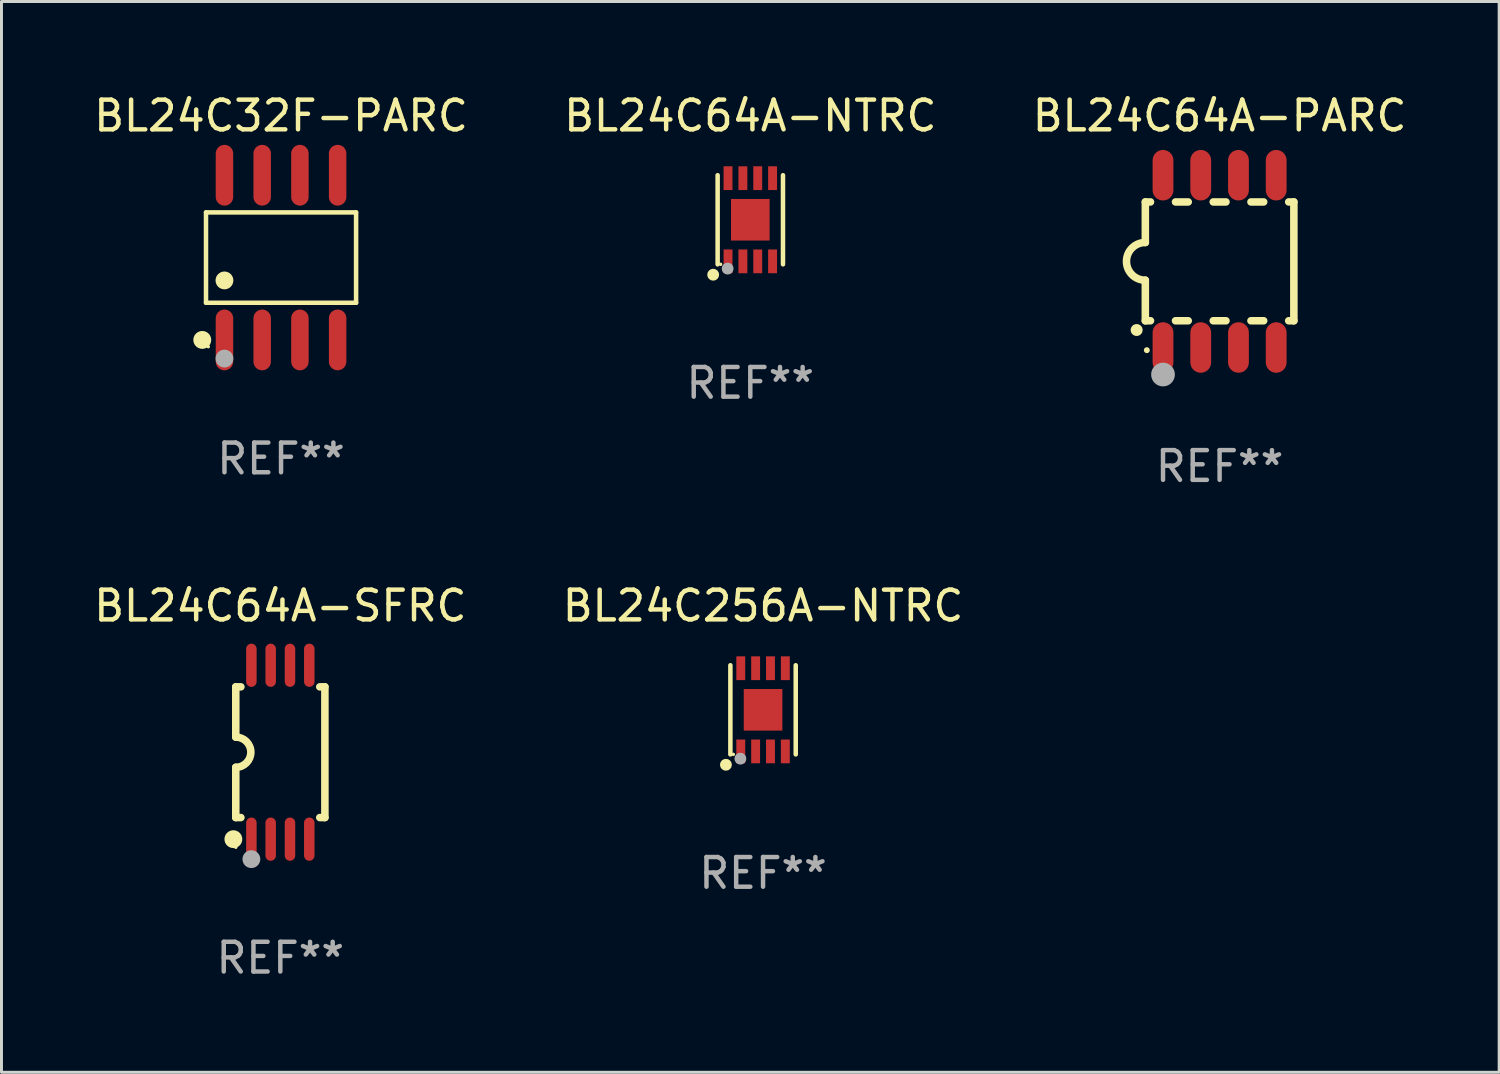
<source format=kicad_pcb>
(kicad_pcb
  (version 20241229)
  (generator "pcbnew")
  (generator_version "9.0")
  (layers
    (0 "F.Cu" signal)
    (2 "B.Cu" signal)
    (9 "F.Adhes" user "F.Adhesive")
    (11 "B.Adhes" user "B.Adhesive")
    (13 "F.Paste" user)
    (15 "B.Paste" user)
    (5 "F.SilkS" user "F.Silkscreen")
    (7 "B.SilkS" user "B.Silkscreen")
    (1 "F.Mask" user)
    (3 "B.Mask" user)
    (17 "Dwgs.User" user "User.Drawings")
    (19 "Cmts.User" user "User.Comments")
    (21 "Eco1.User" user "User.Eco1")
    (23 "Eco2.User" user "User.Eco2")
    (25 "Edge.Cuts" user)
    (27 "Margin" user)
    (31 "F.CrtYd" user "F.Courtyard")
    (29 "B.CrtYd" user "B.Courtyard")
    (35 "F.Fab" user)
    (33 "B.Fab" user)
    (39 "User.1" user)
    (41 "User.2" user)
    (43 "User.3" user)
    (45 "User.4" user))
  (footprint "BL24C64A-NTRC"
    (layer "F.Cu")
    (at 22.208 4.348)
    (property "Reference" "BL24C64A-NTRC" (at 0 -3.5 0) (layer "F.SilkS") (effects (font (size 1 1) (thickness 0.15))))
    (attr through_hole)
    (fp_line (start -1.1 1.5) (end -1.1 -1.5) (stroke (width 0.152) (type solid)) (layer "F.SilkS"))
    (fp_line (start 1.1 -1.5) (end 1.1 1.5) (stroke (width 0.152) (type solid)) (layer "F.SilkS"))
    (fp_circle (center -1.25 1.85) (end -1.15 1.85) (stroke (width 0.2) (type solid)) (fill no) (layer "F.SilkS"))
    (fp_circle (center -1 1.5) (end -0.97 1.5) (stroke (width 0.06) (type solid)) (fill no) (layer "F.SilkS"))
    (fp_circle (center -0.763 1.644) (end -0.663 1.644) (stroke (width 0.2) (type solid)) (fill no) (layer "F.Fab"))
    (fp_text user "REF**" (at 0 5.5 0) (layer "F.Fab") (effects (font (size 1 1) (thickness 0.15))))
    (pad "1" smd rect (at -0.75 1.4 180) (size 0.3 0.8) (layers "F.Cu" "F.Mask" "F.Paste"))
    (pad "2" smd rect (at -0.25 1.4) (size 0.3 0.8) (layers "F.Cu" "F.Mask" "F.Paste"))
    (pad "3" smd rect (at 0.25 1.4) (size 0.3 0.8) (layers "F.Cu" "F.Mask" "F.Paste"))
    (pad "4" smd rect (at 0.75 1.4) (size 0.3 0.8) (layers "F.Cu" "F.Mask" "F.Paste"))
    (pad "5" smd rect (at 0.75 -1.4) (size 0.3 0.8) (layers "F.Cu" "F.Mask" "F.Paste"))
    (pad "6" smd rect (at 0.25 -1.4) (size 0.3 0.8) (layers "F.Cu" "F.Mask" "F.Paste"))
    (pad "7" smd rect (at -0.25 -1.4) (size 0.3 0.8) (layers "F.Cu" "F.Mask" "F.Paste"))
    (pad "8" smd rect (at -0.75 -1.4) (size 0.3 0.8) (layers "F.Cu" "F.Mask" "F.Paste"))
    (pad "9" smd rect (at 0 0 180) (size 1.3 1.4) (layers "F.Cu" "F.Mask" "F.Paste")))
  (footprint "BL24C32F-PARC"
    (layer "F.Cu")
    (at 6.411 5.621)
    (property "Reference" "BL24C32F-PARC" (at 0 -4.772 0) (layer "F.SilkS") (effects (font (size 1 1) (thickness 0.15))))
    (attr through_hole)
    (fp_line (start -2.526 -1.521) (end 2.526 -1.521) (stroke (width 0.152) (type solid)) (layer "F.SilkS"))
    (fp_line (start -2.526 1.521) (end -2.526 -1.521) (stroke (width 0.152) (type solid)) (layer "F.SilkS"))
    (fp_line (start 2.526 -1.521) (end 2.526 1.521) (stroke (width 0.152) (type solid)) (layer "F.SilkS"))
    (fp_line (start 2.526 1.521) (end -2.526 1.521) (stroke (width 0.152) (type solid)) (layer "F.SilkS"))
    (fp_circle (center -2.652 2.772) (end -2.501 2.772) (stroke (width 0.3) (type solid)) (fill no) (layer "F.SilkS"))
    (fp_circle (center -2.45 3) (end -2.42 3) (stroke (width 0.06) (type solid)) (fill no) (layer "F.SilkS"))
    (fp_circle (center -1.905 0.769) (end -1.755 0.769) (stroke (width 0.3) (type solid)) (fill no) (layer "F.SilkS"))
    (fp_circle (center -1.905 3.4) (end -1.755 3.4) (stroke (width 0.3) (type solid)) (fill no) (layer "F.Fab"))
    (fp_text user "REF**" (at 0 6.772 0) (layer "F.Fab") (effects (font (size 1 1) (thickness 0.15))))
    (pad "1" smd oval (at -1.905 2.772) (size 0.588 2.045) (layers "F.Cu" "F.Mask" "F.Paste"))
    (pad "2" smd oval (at -0.635 2.772) (size 0.588 2.045) (layers "F.Cu" "F.Mask" "F.Paste"))
    (pad "3" smd oval (at 0.635 2.772) (size 0.588 2.045) (layers "F.Cu" "F.Mask" "F.Paste"))
    (pad "4" smd oval (at 1.905 2.772) (size 0.588 2.045) (layers "F.Cu" "F.Mask" "F.Paste"))
    (pad "5" smd oval (at 1.905 -2.772) (size 0.588 2.045) (layers "F.Cu" "F.Mask" "F.Paste"))
    (pad "6" smd oval (at 0.635 -2.772) (size 0.588 2.045) (layers "F.Cu" "F.Mask" "F.Paste"))
    (pad "7" smd oval (at -0.635 -2.772) (size 0.588 2.045) (layers "F.Cu" "F.Mask" "F.Paste"))
    (pad "8" smd oval (at -1.905 -2.772) (size 0.588 2.045) (layers "F.Cu" "F.Mask" "F.Paste")))
  (footprint "BL24C256A-NTRC"
    (layer "F.Cu")
    (at 22.637 20.845)
    (property "Reference" "BL24C256A-NTRC" (at 0 -3.5 0) (layer "F.SilkS") (effects (font (size 1 1) (thickness 0.15))))
    (attr through_hole)
    (fp_line (start -1.1 1.5) (end -1.1 -1.5) (stroke (width 0.152) (type solid)) (layer "F.SilkS"))
    (fp_line (start 1.1 -1.5) (end 1.1 1.5) (stroke (width 0.152) (type solid)) (layer "F.SilkS"))
    (fp_circle (center -1.25 1.85) (end -1.15 1.85) (stroke (width 0.2) (type solid)) (fill no) (layer "F.SilkS"))
    (fp_circle (center -1 1.5) (end -0.97 1.5) (stroke (width 0.06) (type solid)) (fill no) (layer "F.SilkS"))
    (fp_circle (center -0.763 1.644) (end -0.663 1.644) (stroke (width 0.2) (type solid)) (fill no) (layer "F.Fab"))
    (fp_text user "REF**" (at 0 5.5 0) (layer "F.Fab") (effects (font (size 1 1) (thickness 0.15))))
    (pad "1" smd rect (at -0.75 1.4 180) (size 0.3 0.8) (layers "F.Cu" "F.Mask" "F.Paste"))
    (pad "2" smd rect (at -0.25 1.4) (size 0.3 0.8) (layers "F.Cu" "F.Mask" "F.Paste"))
    (pad "3" smd rect (at 0.25 1.4) (size 0.3 0.8) (layers "F.Cu" "F.Mask" "F.Paste"))
    (pad "4" smd rect (at 0.75 1.4) (size 0.3 0.8) (layers "F.Cu" "F.Mask" "F.Paste"))
    (pad "5" smd rect (at 0.75 -1.4) (size 0.3 0.8) (layers "F.Cu" "F.Mask" "F.Paste"))
    (pad "6" smd rect (at 0.25 -1.4) (size 0.3 0.8) (layers "F.Cu" "F.Mask" "F.Paste"))
    (pad "7" smd rect (at -0.25 -1.4) (size 0.3 0.8) (layers "F.Cu" "F.Mask" "F.Paste"))
    (pad "8" smd rect (at -0.75 -1.4) (size 0.3 0.8) (layers "F.Cu" "F.Mask" "F.Paste"))
    (pad "9" smd rect (at 0 0 180) (size 1.3 1.4) (layers "F.Cu" "F.Mask" "F.Paste")))
  (footprint "BL24C64A-PARC"
    (layer "F.Cu")
    (at 38.006 5.748)
    (property "Reference" "BL24C64A-PARC" (at 0 -4.9 0) (layer "F.SilkS") (effects (font (size 1 1) (thickness 0.15))))
    (attr through_hole)
    (fp_line (start -2.5 -2) (end -2.5 -0.635) (stroke (width 0.254) (type solid)) (layer "F.SilkS"))
    (fp_line (start -2.5 -2) (end -2.326 -2) (stroke (width 0.254) (type solid)) (layer "F.SilkS"))
    (fp_line (start -2.5 2) (end -2.5 0.635) (stroke (width 0.254) (type solid)) (layer "F.SilkS"))
    (fp_line (start -2.5 2) (end -2.326 2) (stroke (width 0.254) (type solid)) (layer "F.SilkS"))
    (fp_line (start -1.484 -2) (end -1.056 -2) (stroke (width 0.254) (type solid)) (layer "F.SilkS"))
    (fp_line (start -1.484 2) (end -1.056 2) (stroke (width 0.254) (type solid)) (layer "F.SilkS"))
    (fp_line (start -0.214 -2) (end 0.214 -2) (stroke (width 0.254) (type solid)) (layer "F.SilkS"))
    (fp_line (start -0.214 2) (end 0.214 2) (stroke (width 0.254) (type solid)) (layer "F.SilkS"))
    (fp_line (start 1.056 -2) (end 1.484 -2) (stroke (width 0.254) (type solid)) (layer "F.SilkS"))
    (fp_line (start 1.056 2) (end 1.484 2) (stroke (width 0.254) (type solid)) (layer "F.SilkS"))
    (fp_line (start 2.326 -2) (end 2.5 -2) (stroke (width 0.254) (type solid)) (layer "F.SilkS"))
    (fp_line (start 2.326 2) (end 2.5 2) (stroke (width 0.254) (type solid)) (layer "F.SilkS"))
    (fp_line (start 2.5 -2) (end 2.5 2) (stroke (width 0.254) (type solid)) (layer "F.SilkS"))
    (fp_arc (start -2.794006 2.311405) (mid -2.792736 2.311401) (end -2.791466 2.311405) (stroke (width 0.4) (type solid)) (layer "F.SilkS"))
    (fp_arc (start -2.5 0.635001) (mid -3.134366 -0.000318) (end -2.499365 -0.635001) (stroke (width 0.254001) (type solid)) (layer "F.SilkS"))
    (fp_circle (center -2.45 2.99) (end -2.4 2.99) (stroke (width 0.1) (type solid)) (fill no) (layer "F.SilkS"))
    (fp_circle (center -1.905 3.81) (end -1.705 3.81) (stroke (width 0.4) (type solid)) (fill no) (layer "F.Fab"))
    (fp_text user "REF**" (at 0 6.9 0) (layer "F.Fab") (effects (font (size 1 1) (thickness 0.15))))
    (pad "1" smd oval (at -1.905 2.9 180) (size 0.7 1.7) (layers "F.Cu" "F.Mask" "F.Paste"))
    (pad "2" smd oval (at -0.635 2.9 180) (size 0.7 1.7) (layers "F.Cu" "F.Mask" "F.Paste"))
    (pad "3" smd oval (at 0.635 2.9 180) (size 0.7 1.7) (layers "F.Cu" "F.Mask" "F.Paste"))
    (pad "4" smd oval (at 1.905 2.9 180) (size 0.7 1.7) (layers "F.Cu" "F.Mask" "F.Paste"))
    (pad "5" smd oval (at 1.905 -2.9 180) (size 0.7 1.7) (layers "F.Cu" "F.Mask" "F.Paste"))
    (pad "6" smd oval (at 0.635 -2.9 180) (size 0.7 1.7) (layers "F.Cu" "F.Mask" "F.Paste"))
    (pad "7" smd oval (at -0.635 -2.9 180) (size 0.7 1.7) (layers "F.Cu" "F.Mask" "F.Paste"))
    (pad "8" smd oval (at -1.905 -2.9 180) (size 0.7 1.7) (layers "F.Cu" "F.Mask" "F.Paste")))
  (footprint "BL24C64A-SFRC"
    (layer "F.Cu")
    (at 6.387 22.272)
    (property "Reference" "BL24C64A-SFRC" (at 0 -4.927 0) (layer "F.SilkS") (effects (font (size 1 1) (thickness 0.15))))
    (attr through_hole)
    (fp_line (start -1.5 -2.2) (end -1.5 -0.508) (stroke (width 0.254) (type solid)) (layer "F.SilkS"))
    (fp_line (start -1.5 -2.2) (end -1.328 -2.2) (stroke (width 0.254) (type solid)) (layer "F.SilkS"))
    (fp_line (start -1.5 2.2) (end -1.5 0.508) (stroke (width 0.254) (type solid)) (layer "F.SilkS"))
    (fp_line (start -1.5 2.2) (end -1.328 2.2) (stroke (width 0.254) (type solid)) (layer "F.SilkS"))
    (fp_line (start 1.328 -2.2) (end 1.5 -2.2) (stroke (width 0.254) (type solid)) (layer "F.SilkS"))
    (fp_line (start 1.328 2.2) (end 1.5 2.2) (stroke (width 0.254) (type solid)) (layer "F.SilkS"))
    (fp_line (start 1.5 -2.2) (end 1.5 2.2) (stroke (width 0.254) (type solid)) (layer "F.SilkS"))
    (fp_arc (start -1.501144 -0.508) (mid -0.993143 -0.000571) (end -1.5 0.508001) (stroke (width 0.254001) (type solid)) (layer "F.SilkS"))
    (fp_circle (center -1.581 2.927) (end -1.431 2.927) (stroke (width 0.3) (type solid)) (fill no) (layer "F.SilkS"))
    (fp_circle (center -1.5 3.2) (end -1.47 3.2) (stroke (width 0.06) (type solid)) (fill no) (layer "F.SilkS"))
    (fp_circle (center -0.975 3.6) (end -0.825 3.6) (stroke (width 0.3) (type solid)) (fill no) (layer "F.Fab"))
    (fp_text user "REF**" (at 0 6.927 0) (layer "F.Fab") (effects (font (size 1 1) (thickness 0.15))))
    (pad "1" smd oval (at -0.975 2.927) (size 0.353 1.454) (layers "F.Cu" "F.Mask" "F.Paste"))
    (pad "2" smd oval (at -0.325 2.927) (size 0.353 1.454) (layers "F.Cu" "F.Mask" "F.Paste"))
    (pad "3" smd oval (at 0.325 2.927) (size 0.353 1.454) (layers "F.Cu" "F.Mask" "F.Paste"))
    (pad "4" smd oval (at 0.975 2.927) (size 0.353 1.454) (layers "F.Cu" "F.Mask" "F.Paste"))
    (pad "5" smd oval (at 0.975 -2.927) (size 0.353 1.454) (layers "F.Cu" "F.Mask" "F.Paste"))
    (pad "6" smd oval (at 0.325 -2.927) (size 0.353 1.454) (layers "F.Cu" "F.Mask" "F.Paste"))
    (pad "7" smd oval (at -0.325 -2.927) (size 0.353 1.454) (layers "F.Cu" "F.Mask" "F.Paste"))
    (pad "8" smd oval (at -0.975 -2.927) (size 0.353 1.454) (layers "F.Cu" "F.Mask" "F.Paste")))
  (gr_rect
    (start -3 -3)
    (end 47.417 33.047)
    (stroke (width 0.1) (type default))
    (fill no)
    (layer "Edge.Cuts")))
</source>
